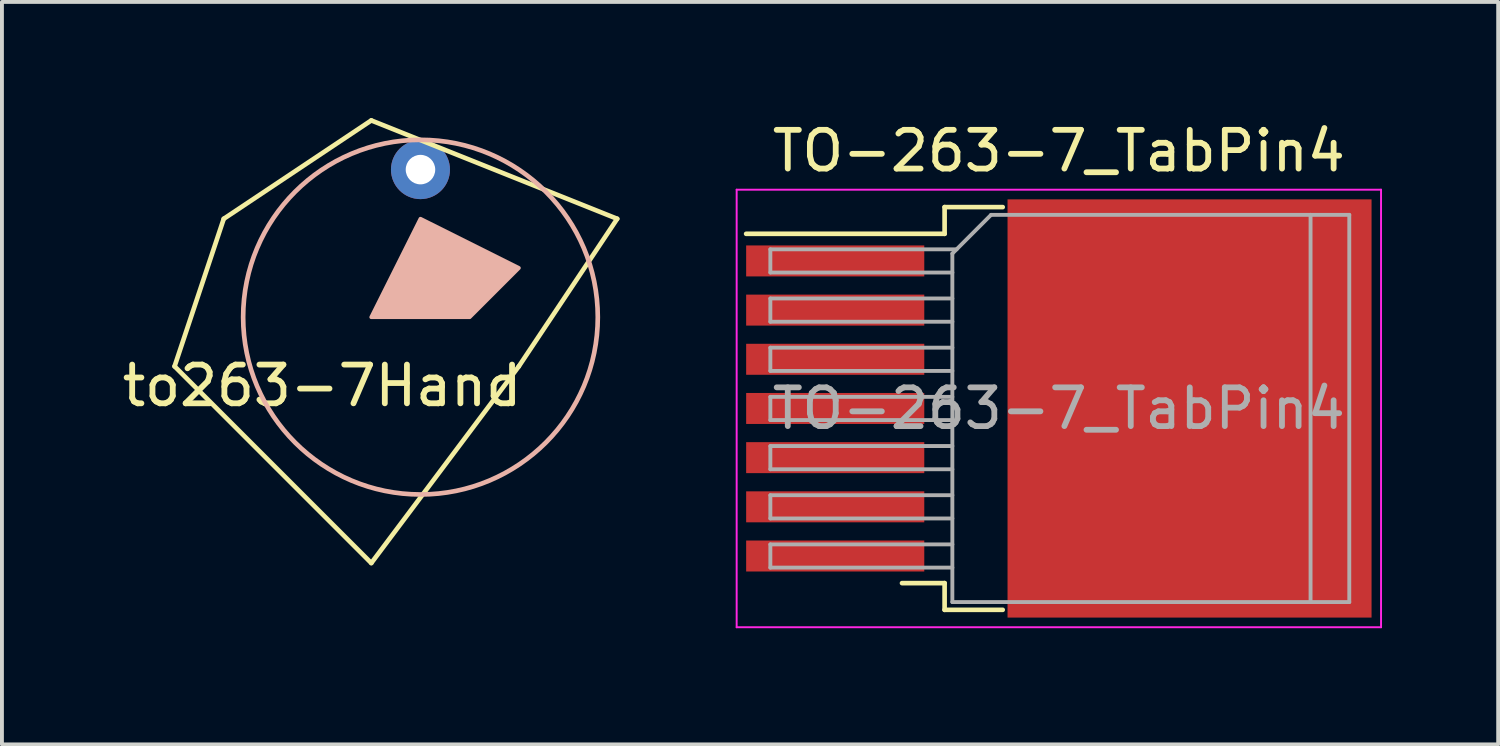
<source format=kicad_pcb>
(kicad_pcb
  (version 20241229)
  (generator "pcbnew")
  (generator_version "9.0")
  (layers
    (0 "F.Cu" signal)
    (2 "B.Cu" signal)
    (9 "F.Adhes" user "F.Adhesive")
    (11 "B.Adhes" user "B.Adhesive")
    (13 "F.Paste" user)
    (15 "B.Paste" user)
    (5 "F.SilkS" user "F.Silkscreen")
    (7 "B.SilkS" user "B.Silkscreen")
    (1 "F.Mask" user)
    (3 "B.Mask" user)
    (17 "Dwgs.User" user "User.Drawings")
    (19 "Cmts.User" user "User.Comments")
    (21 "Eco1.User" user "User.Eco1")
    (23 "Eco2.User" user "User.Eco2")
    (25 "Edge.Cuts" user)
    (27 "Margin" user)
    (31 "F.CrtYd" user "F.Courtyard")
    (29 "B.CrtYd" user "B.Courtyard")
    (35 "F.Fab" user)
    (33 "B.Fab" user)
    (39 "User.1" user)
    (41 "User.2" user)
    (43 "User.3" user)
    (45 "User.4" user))
  (footprint "to263-7Hand"
    (layer "F.Cu")
    (at 5.268 6.41)
    (property "Reference" "to263-7Hand" (at 0 0.5 0) (layer "F.SilkS") (effects (font (size 1 1) (thickness 0.15))))
    (attr through_hole)
    (fp_line (start -3.81 0) (end 1.27 5.08) (stroke (width 0.12) (type solid)) (layer "F.SilkS"))
    (fp_line (start -2.54 -3.81) (end -3.81 0) (stroke (width 0.12) (type solid)) (layer "F.SilkS"))
    (fp_line (start 1.27 -6.35) (end -2.54 -3.81) (stroke (width 0.12) (type solid)) (layer "F.SilkS"))
    (fp_line (start 1.27 5.08) (end 5.08 0) (stroke (width 0.12) (type solid)) (layer "F.SilkS"))
    (fp_line (start 5.08 0) (end 7.62 -3.81) (stroke (width 0.12) (type solid)) (layer "F.SilkS"))
    (fp_line (start 7.62 -3.81) (end 1.27 -6.35) (stroke (width 0.12) (type solid)) (layer "F.SilkS"))
    (fp_circle (center 2.54 -1.27) (end -1.27 -3.81) (stroke (width 0.12) (type solid)) (fill no) (layer "B.SilkS"))
    (fp_poly (pts (xy 5.08 -2.54) (xy 3.81 -1.27) (xy 1.27 -1.27) (xy 2.54 -3.81)) (stroke (width 0.1) (type solid)) (fill yes) (layer "B.SilkS"))
    (pad "1" thru_hole circle (at 2.54 -5.08) (size 1.524 1.524) (drill 0.762) (layers "*.Cu" "*.Mask")))
  (footprint "TO-263-7_TabPin4"
    (layer "F.Cu")
    (at 24.293 7.498)
    (property "Reference" "TO-263-7_TabPin4" (at 0 -6.65 0) (layer "F.SilkS") (effects (font (size 1 1) (thickness 0.15))))
    (attr smd)
    (fp_line (start -2.95 -5.2) (end -2.95 -4.51) (stroke (width 0.12) (type solid)) (layer "F.SilkS"))
    (fp_line (start -2.95 -4.51) (end -8.075 -4.51) (stroke (width 0.12) (type solid)) (layer "F.SilkS"))
    (fp_line (start -2.95 4.51) (end -4.05 4.51) (stroke (width 0.12) (type solid)) (layer "F.SilkS"))
    (fp_line (start -2.95 5.2) (end -2.95 4.51) (stroke (width 0.12) (type solid)) (layer "F.SilkS"))
    (fp_line (start -1.45 -5.2) (end -2.95 -5.2) (stroke (width 0.12) (type solid)) (layer "F.SilkS"))
    (fp_line (start -1.45 5.2) (end -2.95 5.2) (stroke (width 0.12) (type solid)) (layer "F.SilkS"))
    (fp_line (start -8.32 -5.65) (end -8.32 5.65) (stroke (width 0.05) (type solid)) (layer "F.CrtYd"))
    (fp_line (start -8.32 5.65) (end 8.32 5.65) (stroke (width 0.05) (type solid)) (layer "F.CrtYd"))
    (fp_line (start 8.32 -5.65) (end -8.32 -5.65) (stroke (width 0.05) (type solid)) (layer "F.CrtYd"))
    (fp_line (start 8.32 5.65) (end 8.32 -5.65) (stroke (width 0.05) (type solid)) (layer "F.CrtYd"))
    (fp_line (start -7.45 -4.11) (end -7.45 -3.51) (stroke (width 0.1) (type solid)) (layer "F.Fab"))
    (fp_line (start -7.45 -3.51) (end -2.75 -3.51) (stroke (width 0.1) (type solid)) (layer "F.Fab"))
    (fp_line (start -7.45 -2.84) (end -7.45 -2.24) (stroke (width 0.1) (type solid)) (layer "F.Fab"))
    (fp_line (start -7.45 -2.24) (end -2.75 -2.24) (stroke (width 0.1) (type solid)) (layer "F.Fab"))
    (fp_line (start -7.45 -1.57) (end -7.45 -0.97) (stroke (width 0.1) (type solid)) (layer "F.Fab"))
    (fp_line (start -7.45 -0.97) (end -2.75 -0.97) (stroke (width 0.1) (type solid)) (layer "F.Fab"))
    (fp_line (start -7.45 -0.3) (end -7.45 0.3) (stroke (width 0.1) (type solid)) (layer "F.Fab"))
    (fp_line (start -7.45 0.3) (end -2.75 0.3) (stroke (width 0.1) (type solid)) (layer "F.Fab"))
    (fp_line (start -7.45 0.97) (end -7.45 1.57) (stroke (width 0.1) (type solid)) (layer "F.Fab"))
    (fp_line (start -7.45 1.57) (end -2.75 1.57) (stroke (width 0.1) (type solid)) (layer "F.Fab"))
    (fp_line (start -7.45 2.24) (end -7.45 2.84) (stroke (width 0.1) (type solid)) (layer "F.Fab"))
    (fp_line (start -7.45 2.84) (end -2.75 2.84) (stroke (width 0.1) (type solid)) (layer "F.Fab"))
    (fp_line (start -7.45 3.51) (end -7.45 4.11) (stroke (width 0.1) (type solid)) (layer "F.Fab"))
    (fp_line (start -7.45 4.11) (end -2.75 4.11) (stroke (width 0.1) (type solid)) (layer "F.Fab"))
    (fp_line (start -2.75 -4) (end -1.75 -5) (stroke (width 0.1) (type solid)) (layer "F.Fab"))
    (fp_line (start -2.75 -2.84) (end -7.45 -2.84) (stroke (width 0.1) (type solid)) (layer "F.Fab"))
    (fp_line (start -2.75 -1.57) (end -7.45 -1.57) (stroke (width 0.1) (type solid)) (layer "F.Fab"))
    (fp_line (start -2.75 -0.3) (end -7.45 -0.3) (stroke (width 0.1) (type solid)) (layer "F.Fab"))
    (fp_line (start -2.75 0.97) (end -7.45 0.97) (stroke (width 0.1) (type solid)) (layer "F.Fab"))
    (fp_line (start -2.75 2.24) (end -7.45 2.24) (stroke (width 0.1) (type solid)) (layer "F.Fab"))
    (fp_line (start -2.75 3.51) (end -7.45 3.51) (stroke (width 0.1) (type solid)) (layer "F.Fab"))
    (fp_line (start -2.75 5) (end -2.75 -4) (stroke (width 0.1) (type solid)) (layer "F.Fab"))
    (fp_line (start -2.64 -4.11) (end -7.45 -4.11) (stroke (width 0.1) (type solid)) (layer "F.Fab"))
    (fp_line (start -1.75 -5) (end 6.5 -5) (stroke (width 0.1) (type solid)) (layer "F.Fab"))
    (fp_line (start 6.5 -5) (end 6.5 5) (stroke (width 0.1) (type solid)) (layer "F.Fab"))
    (fp_line (start 6.5 -5) (end 7.5 -5) (stroke (width 0.1) (type solid)) (layer "F.Fab"))
    (fp_line (start 6.5 5) (end -2.75 5) (stroke (width 0.1) (type solid)) (layer "F.Fab"))
    (fp_line (start 7.5 -5) (end 7.5 5) (stroke (width 0.1) (type solid)) (layer "F.Fab"))
    (fp_line (start 7.5 5) (end 6.5 5) (stroke (width 0.1) (type solid)) (layer "F.Fab"))
    (fp_text user "${REFERENCE}" (at 0 0 0) (layer "F.Fab") (effects (font (size 1 1) (thickness 0.15))))
    (pad "" smd rect (at 0.95 -2.775) (size 4.55 5.25) (layers "F.Paste"))
    (pad "" smd rect (at 0.95 2.775) (size 4.55 5.25) (layers "F.Paste"))
    (pad "" smd rect (at 5.8 -2.775) (size 4.55 5.25) (layers "F.Paste"))
    (pad "" smd rect (at 5.8 2.775) (size 4.55 5.25) (layers "F.Paste"))
    (pad "1" smd rect (at -5.775 -3.81) (size 4.6 0.8) (layers "F.Cu" "F.Mask" "F.Paste"))
    (pad "2" smd rect (at -5.775 -2.54) (size 4.6 0.8) (layers "F.Cu" "F.Mask" "F.Paste"))
    (pad "3" smd rect (at -5.775 -1.27) (size 4.6 0.8) (layers "F.Cu" "F.Mask" "F.Paste"))
    (pad "4" smd rect (at -5.775 0) (size 4.6 0.8) (layers "F.Cu" "F.Mask" "F.Paste"))
    (pad "4" smd rect (at 3.375 0) (size 9.4 10.8) (layers "F.Cu" "F.Mask"))
    (pad "5" smd rect (at -5.775 1.27) (size 4.6 0.8) (layers "F.Cu" "F.Mask" "F.Paste"))
    (pad "6" smd rect (at -5.775 2.54) (size 4.6 0.8) (layers "F.Cu" "F.Mask" "F.Paste"))
    (pad "7" smd rect (at -5.775 3.81) (size 4.6 0.8) (layers "F.Cu" "F.Mask" "F.Paste")))
  (gr_rect
    (start -3 -3)
    (end 35.638 16.173)
    (stroke (width 0.1) (type default))
    (fill no)
    (layer "Edge.Cuts")))
</source>
